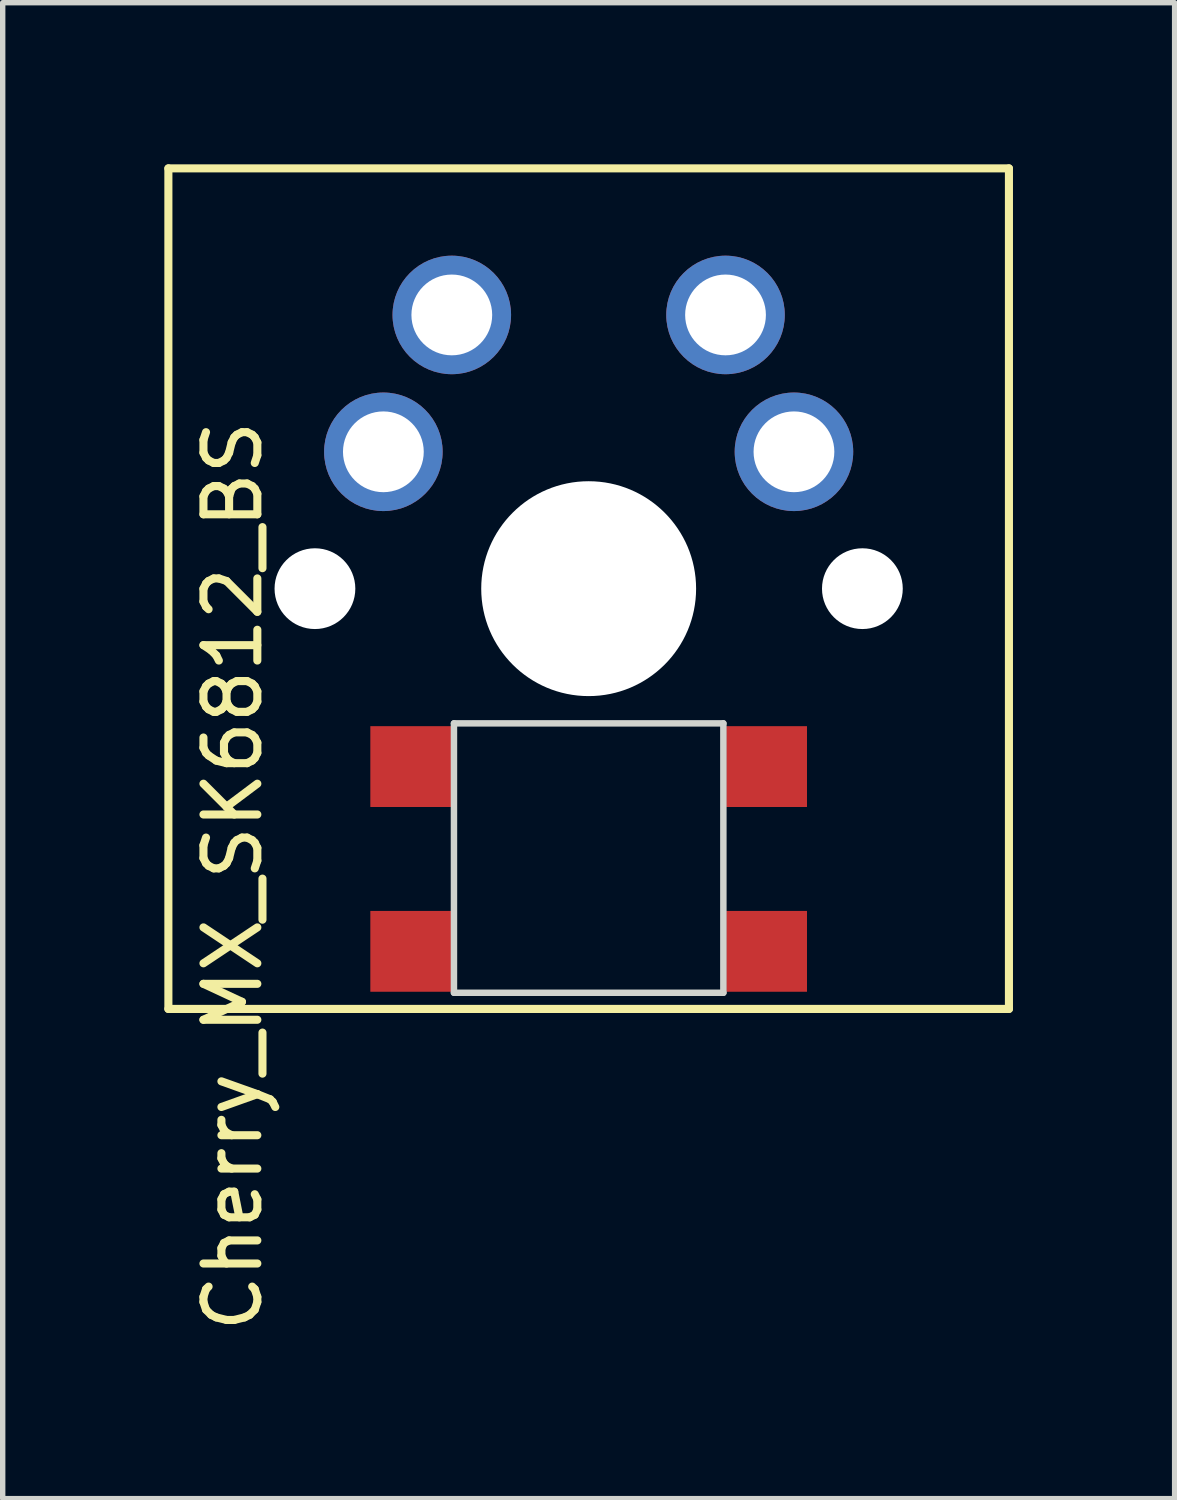
<source format=kicad_pcb>
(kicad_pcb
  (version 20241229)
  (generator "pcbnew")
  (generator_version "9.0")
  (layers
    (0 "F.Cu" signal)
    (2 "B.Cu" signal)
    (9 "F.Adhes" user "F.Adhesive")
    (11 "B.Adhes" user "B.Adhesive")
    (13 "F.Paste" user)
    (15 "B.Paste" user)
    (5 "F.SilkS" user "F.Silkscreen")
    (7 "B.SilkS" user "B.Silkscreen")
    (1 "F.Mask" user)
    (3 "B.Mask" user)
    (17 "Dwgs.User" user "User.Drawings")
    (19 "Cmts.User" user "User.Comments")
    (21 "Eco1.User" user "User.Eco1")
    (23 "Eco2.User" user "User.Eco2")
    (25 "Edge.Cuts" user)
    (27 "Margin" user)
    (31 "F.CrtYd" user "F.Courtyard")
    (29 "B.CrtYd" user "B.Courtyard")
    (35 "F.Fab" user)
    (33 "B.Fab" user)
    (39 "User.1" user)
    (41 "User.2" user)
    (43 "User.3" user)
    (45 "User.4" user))
  (footprint "Cherry_MX_SK6812_BS"
    (layer "F.Cu")
    (at 7.875 7.875)
    (property "Reference" "Cherry_MX_SK6812_BS" (at -6.604 5.334 90) (layer "F.SilkS") (effects (font (size 1 1) (thickness 0.15))))
    (attr through_hole)
    (fp_line (start -7.8 -7.8) (end 7.8 -7.8) (stroke (width 0.15) (type solid)) (layer "F.SilkS"))
    (fp_line (start -7.8 7.8) (end -7.8 -7.8) (stroke (width 0.15) (type solid)) (layer "F.SilkS"))
    (fp_line (start 7.8 -7.8) (end 7.8 7.8) (stroke (width 0.15) (type solid)) (layer "F.SilkS"))
    (fp_line (start 7.8 7.8) (end -7.8 7.8) (stroke (width 0.15) (type solid)) (layer "F.SilkS"))
    (fp_line (start -2.5 2.5) (end 2.5 2.5) (stroke (width 0.12) (type solid)) (layer "Edge.Cuts"))
    (fp_line (start -2.5 7.5) (end -2.5 2.5) (stroke (width 0.12) (type solid)) (layer "Edge.Cuts"))
    (fp_line (start 2.5 2.5) (end 2.5 7.5) (stroke (width 0.12) (type solid)) (layer "Edge.Cuts"))
    (fp_line (start 2.5 7.5) (end -2.5 7.5) (stroke (width 0.12) (type solid)) (layer "Edge.Cuts"))
    (pad "" np_thru_hole circle (at -5.08 0) (size 1.499 1.499) (drill 1.499) (layers "*.Cu" "*.Mask"))
    (pad "" np_thru_hole circle (at 0 0) (size 3.988 3.988) (drill 3.988) (layers "*.Cu" "*.Mask"))
    (pad "" np_thru_hole circle (at 5.08 0) (size 1.499 1.499) (drill 1.499) (layers "*.Cu" "*.Mask"))
    (pad "1" thru_hole circle (at -3.81 -2.54) (size 2.2 2.2) (drill 1.499) (layers "*.Cu" "*.Mask"))
    (pad "1" thru_hole circle (at 3.81 -2.54) (size 2.2 2.2) (drill 1.499) (layers "*.Cu" "*.Mask"))
    (pad "2" thru_hole circle (at -2.54 -5.08) (size 2.2 2.2) (drill 1.499) (layers "*.Cu" "*.Mask"))
    (pad "2" thru_hole circle (at 2.54 -5.08) (size 2.2 2.2) (drill 1.499) (layers "*.Cu" "*.Mask"))
    (pad "3" smd rect (at 3.302 3.302) (size 1.5 1.5) (layers "F.Cu" "F.Mask" "F.Paste"))
    (pad "4" smd rect (at 3.302 6.731) (size 1.5 1.5) (layers "F.Cu" "F.Mask" "F.Paste"))
    (pad "5" smd rect (at -3.302 3.302) (size 1.5 1.5) (layers "F.Cu" "F.Mask" "F.Paste"))
    (pad "6" smd rect (at -3.302 6.731) (size 1.5 1.5) (layers "F.Cu" "F.Mask" "F.Paste")))
  (gr_rect
    (start -3 -3)
    (end 18.75 24.763)
    (stroke (width 0.1) (type default))
    (fill no)
    (layer "Edge.Cuts")))
</source>
